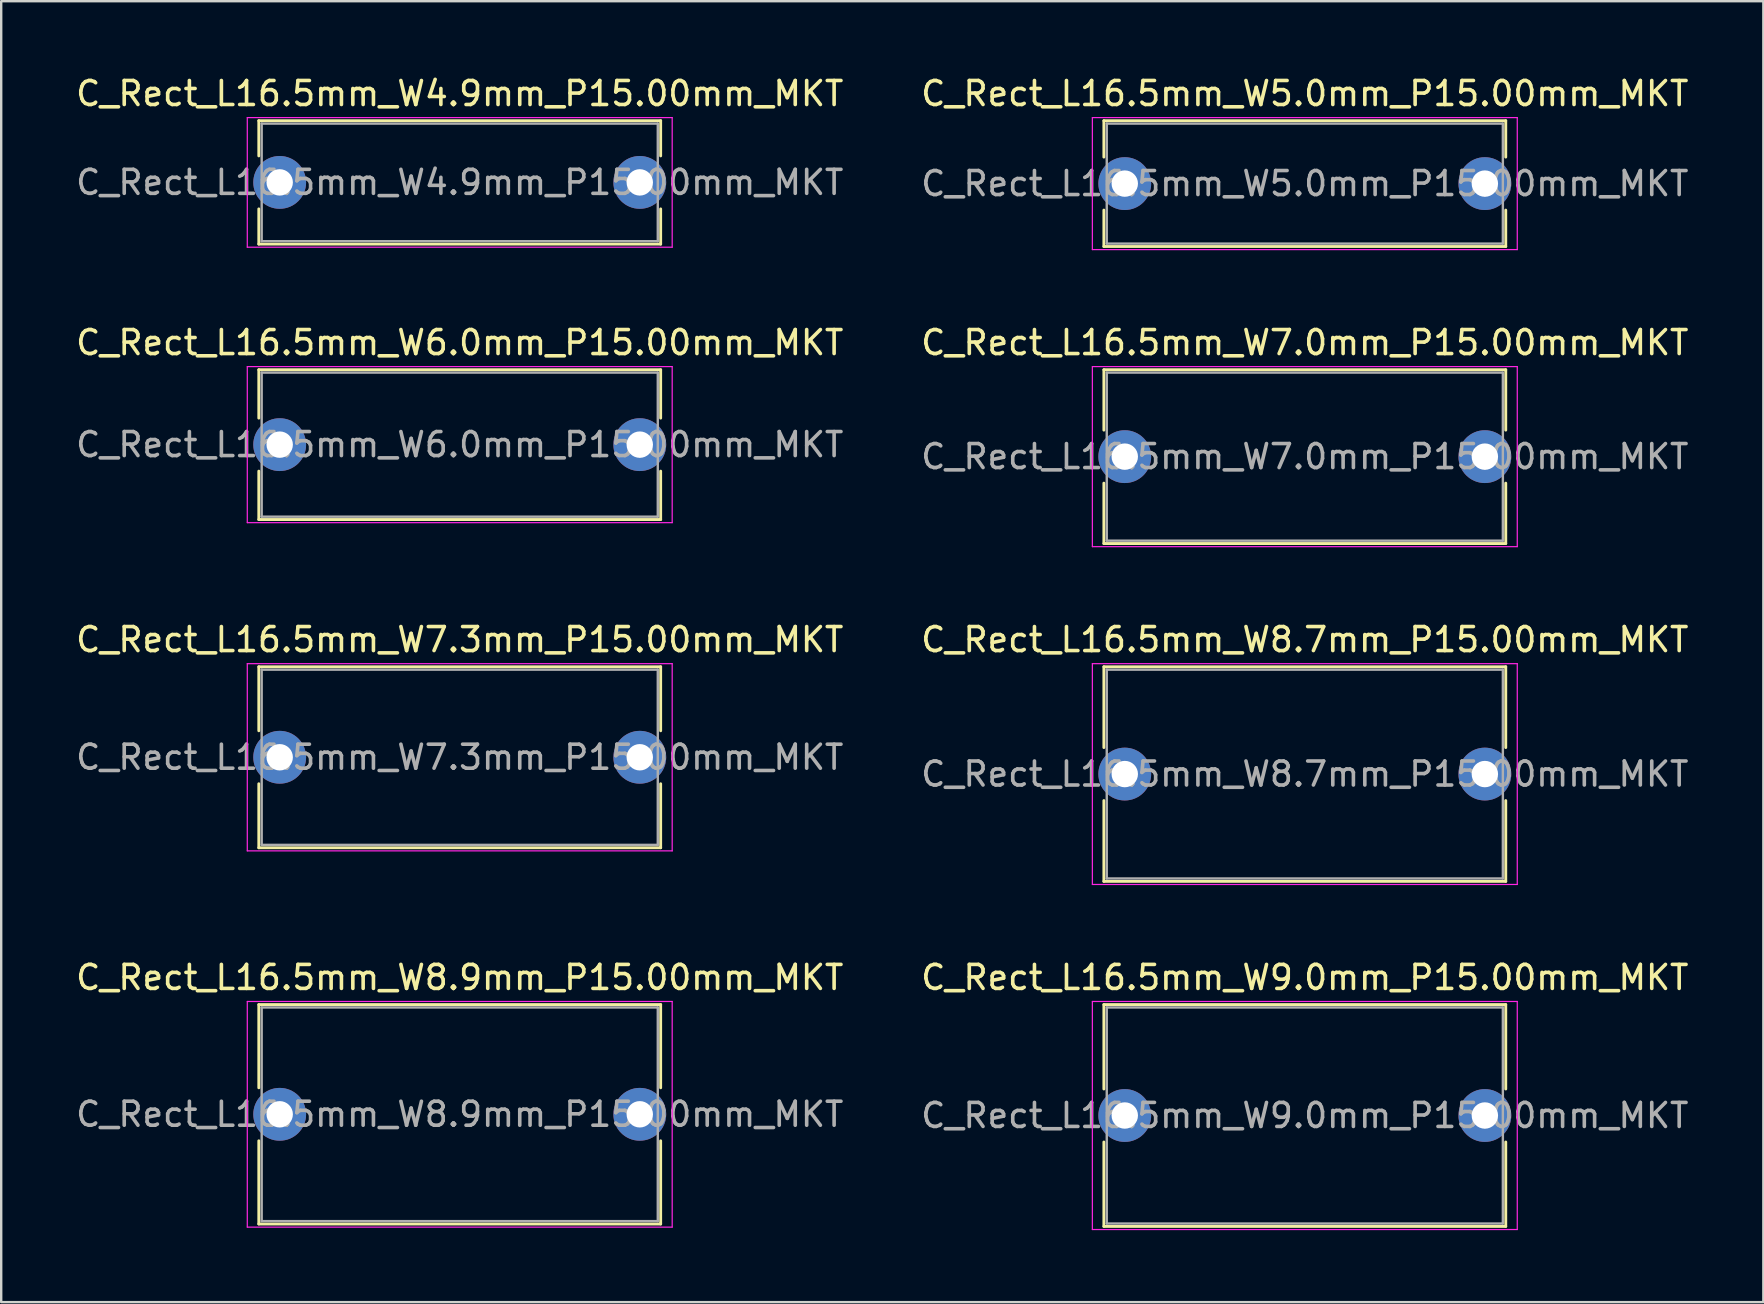
<source format=kicad_pcb>
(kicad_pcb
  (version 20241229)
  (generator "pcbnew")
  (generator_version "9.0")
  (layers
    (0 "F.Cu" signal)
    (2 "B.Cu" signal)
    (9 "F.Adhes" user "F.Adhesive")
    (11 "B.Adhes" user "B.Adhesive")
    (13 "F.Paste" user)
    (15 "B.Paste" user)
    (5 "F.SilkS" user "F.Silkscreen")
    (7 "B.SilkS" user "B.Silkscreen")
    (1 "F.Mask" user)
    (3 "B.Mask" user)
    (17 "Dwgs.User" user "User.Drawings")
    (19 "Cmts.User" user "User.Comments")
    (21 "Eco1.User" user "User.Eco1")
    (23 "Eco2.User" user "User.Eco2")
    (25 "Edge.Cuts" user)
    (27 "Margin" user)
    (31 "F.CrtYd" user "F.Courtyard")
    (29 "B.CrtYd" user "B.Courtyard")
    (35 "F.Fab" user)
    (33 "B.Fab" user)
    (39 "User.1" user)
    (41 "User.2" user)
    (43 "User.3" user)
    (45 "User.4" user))
  (footprint "C_Rect_L16.5mm_W7.0mm_P15.00mm_MKT"
    (layer "F.Cu")
    (at 43.804 15.972)
    (property "Reference" "C_Rect_L16.5mm_W7.0mm_P15.00mm_MKT" (at 7.5 -4.75 0) (layer "F.SilkS") (effects (font (size 1 1) (thickness 0.15))))
    (attr through_hole)
    (fp_line (start -0.87 -3.62) (end -0.87 -1.104) (stroke (width 0.12) (type solid)) (layer "F.SilkS"))
    (fp_line (start -0.87 -3.62) (end 15.87 -3.62) (stroke (width 0.12) (type solid)) (layer "F.SilkS"))
    (fp_line (start -0.87 1.104) (end -0.87 3.62) (stroke (width 0.12) (type solid)) (layer "F.SilkS"))
    (fp_line (start -0.87 3.62) (end 15.87 3.62) (stroke (width 0.12) (type solid)) (layer "F.SilkS"))
    (fp_line (start 15.87 -3.62) (end 15.87 -1.104) (stroke (width 0.12) (type solid)) (layer "F.SilkS"))
    (fp_line (start 15.87 1.104) (end 15.87 3.62) (stroke (width 0.12) (type solid)) (layer "F.SilkS"))
    (fp_line (start -1.35 -3.75) (end -1.35 3.75) (stroke (width 0.05) (type solid)) (layer "F.CrtYd"))
    (fp_line (start -1.35 3.75) (end 16.35 3.75) (stroke (width 0.05) (type solid)) (layer "F.CrtYd"))
    (fp_line (start 16.35 -3.75) (end -1.35 -3.75) (stroke (width 0.05) (type solid)) (layer "F.CrtYd"))
    (fp_line (start 16.35 3.75) (end 16.35 -3.75) (stroke (width 0.05) (type solid)) (layer "F.CrtYd"))
    (fp_line (start -0.75 -3.5) (end -0.75 3.5) (stroke (width 0.1) (type solid)) (layer "F.Fab"))
    (fp_line (start -0.75 3.5) (end 15.75 3.5) (stroke (width 0.1) (type solid)) (layer "F.Fab"))
    (fp_line (start 15.75 -3.5) (end -0.75 -3.5) (stroke (width 0.1) (type solid)) (layer "F.Fab"))
    (fp_line (start 15.75 3.5) (end 15.75 -3.5) (stroke (width 0.1) (type solid)) (layer "F.Fab"))
    (fp_text user "${REFERENCE}" (at 7.5 0 0) (layer "F.Fab") (effects (font (size 1 1) (thickness 0.15))))
    (pad "1" thru_hole circle (at 0 0) (size 2.2 2.2) (drill 1.1) (layers "*.Cu" "*.Mask"))
    (pad "2" thru_hole circle (at 15 0) (size 2.2 2.2) (drill 1.1) (layers "*.Cu" "*.Mask")))
  (footprint "C_Rect_L16.5mm_W6.0mm_P15.00mm_MKT"
    (layer "F.Cu")
    (at 8.601 15.472)
    (property "Reference" "C_Rect_L16.5mm_W6.0mm_P15.00mm_MKT" (at 7.5 -4.25 0) (layer "F.SilkS") (effects (font (size 1 1) (thickness 0.15))))
    (attr through_hole)
    (fp_line (start -0.87 -3.12) (end -0.87 -1.104) (stroke (width 0.12) (type solid)) (layer "F.SilkS"))
    (fp_line (start -0.87 -3.12) (end 15.87 -3.12) (stroke (width 0.12) (type solid)) (layer "F.SilkS"))
    (fp_line (start -0.87 1.104) (end -0.87 3.12) (stroke (width 0.12) (type solid)) (layer "F.SilkS"))
    (fp_line (start -0.87 3.12) (end 15.87 3.12) (stroke (width 0.12) (type solid)) (layer "F.SilkS"))
    (fp_line (start 15.87 -3.12) (end 15.87 -1.104) (stroke (width 0.12) (type solid)) (layer "F.SilkS"))
    (fp_line (start 15.87 1.104) (end 15.87 3.12) (stroke (width 0.12) (type solid)) (layer "F.SilkS"))
    (fp_line (start -1.35 -3.25) (end -1.35 3.25) (stroke (width 0.05) (type solid)) (layer "F.CrtYd"))
    (fp_line (start -1.35 3.25) (end 16.35 3.25) (stroke (width 0.05) (type solid)) (layer "F.CrtYd"))
    (fp_line (start 16.35 -3.25) (end -1.35 -3.25) (stroke (width 0.05) (type solid)) (layer "F.CrtYd"))
    (fp_line (start 16.35 3.25) (end 16.35 -3.25) (stroke (width 0.05) (type solid)) (layer "F.CrtYd"))
    (fp_line (start -0.75 -3) (end -0.75 3) (stroke (width 0.1) (type solid)) (layer "F.Fab"))
    (fp_line (start -0.75 3) (end 15.75 3) (stroke (width 0.1) (type solid)) (layer "F.Fab"))
    (fp_line (start 15.75 -3) (end -0.75 -3) (stroke (width 0.1) (type solid)) (layer "F.Fab"))
    (fp_line (start 15.75 3) (end 15.75 -3) (stroke (width 0.1) (type solid)) (layer "F.Fab"))
    (fp_text user "${REFERENCE}" (at 7.5 0 0) (layer "F.Fab") (effects (font (size 1 1) (thickness 0.15))))
    (pad "1" thru_hole circle (at 0 0) (size 2.2 2.2) (drill 1.1) (layers "*.Cu" "*.Mask"))
    (pad "2" thru_hole circle (at 15 0) (size 2.2 2.2) (drill 1.1) (layers "*.Cu" "*.Mask")))
  (footprint "C_Rect_L16.5mm_W8.7mm_P15.00mm_MKT"
    (layer "F.Cu")
    (at 43.804 29.195)
    (property "Reference" "C_Rect_L16.5mm_W8.7mm_P15.00mm_MKT" (at 7.5 -5.6 0) (layer "F.SilkS") (effects (font (size 1 1) (thickness 0.15))))
    (attr through_hole)
    (fp_line (start -0.87 -4.47) (end -0.87 -1.104) (stroke (width 0.12) (type solid)) (layer "F.SilkS"))
    (fp_line (start -0.87 -4.47) (end 15.87 -4.47) (stroke (width 0.12) (type solid)) (layer "F.SilkS"))
    (fp_line (start -0.87 1.104) (end -0.87 4.47) (stroke (width 0.12) (type solid)) (layer "F.SilkS"))
    (fp_line (start -0.87 4.47) (end 15.87 4.47) (stroke (width 0.12) (type solid)) (layer "F.SilkS"))
    (fp_line (start 15.87 -4.47) (end 15.87 -1.104) (stroke (width 0.12) (type solid)) (layer "F.SilkS"))
    (fp_line (start 15.87 1.104) (end 15.87 4.47) (stroke (width 0.12) (type solid)) (layer "F.SilkS"))
    (fp_line (start -1.35 -4.6) (end -1.35 4.6) (stroke (width 0.05) (type solid)) (layer "F.CrtYd"))
    (fp_line (start -1.35 4.6) (end 16.35 4.6) (stroke (width 0.05) (type solid)) (layer "F.CrtYd"))
    (fp_line (start 16.35 -4.6) (end -1.35 -4.6) (stroke (width 0.05) (type solid)) (layer "F.CrtYd"))
    (fp_line (start 16.35 4.6) (end 16.35 -4.6) (stroke (width 0.05) (type solid)) (layer "F.CrtYd"))
    (fp_line (start -0.75 -4.35) (end -0.75 4.35) (stroke (width 0.1) (type solid)) (layer "F.Fab"))
    (fp_line (start -0.75 4.35) (end 15.75 4.35) (stroke (width 0.1) (type solid)) (layer "F.Fab"))
    (fp_line (start 15.75 -4.35) (end -0.75 -4.35) (stroke (width 0.1) (type solid)) (layer "F.Fab"))
    (fp_line (start 15.75 4.35) (end 15.75 -4.35) (stroke (width 0.1) (type solid)) (layer "F.Fab"))
    (fp_text user "${REFERENCE}" (at 7.5 0 0) (layer "F.Fab") (effects (font (size 1 1) (thickness 0.15))))
    (pad "1" thru_hole circle (at 0 0) (size 2.2 2.2) (drill 1.1) (layers "*.Cu" "*.Mask"))
    (pad "2" thru_hole circle (at 15 0) (size 2.2 2.2) (drill 1.1) (layers "*.Cu" "*.Mask")))
  (footprint "C_Rect_L16.5mm_W5.0mm_P15.00mm_MKT"
    (layer "F.Cu")
    (at 43.804 4.598)
    (property "Reference" "C_Rect_L16.5mm_W5.0mm_P15.00mm_MKT" (at 7.5 -3.75 0) (layer "F.SilkS") (effects (font (size 1 1) (thickness 0.15))))
    (attr through_hole)
    (fp_line (start -0.87 -2.62) (end -0.87 -1.104) (stroke (width 0.12) (type solid)) (layer "F.SilkS"))
    (fp_line (start -0.87 -2.62) (end 15.87 -2.62) (stroke (width 0.12) (type solid)) (layer "F.SilkS"))
    (fp_line (start -0.87 1.104) (end -0.87 2.62) (stroke (width 0.12) (type solid)) (layer "F.SilkS"))
    (fp_line (start -0.87 2.62) (end 15.87 2.62) (stroke (width 0.12) (type solid)) (layer "F.SilkS"))
    (fp_line (start 15.87 -2.62) (end 15.87 -1.104) (stroke (width 0.12) (type solid)) (layer "F.SilkS"))
    (fp_line (start 15.87 1.104) (end 15.87 2.62) (stroke (width 0.12) (type solid)) (layer "F.SilkS"))
    (fp_line (start -1.35 -2.75) (end -1.35 2.75) (stroke (width 0.05) (type solid)) (layer "F.CrtYd"))
    (fp_line (start -1.35 2.75) (end 16.35 2.75) (stroke (width 0.05) (type solid)) (layer "F.CrtYd"))
    (fp_line (start 16.35 -2.75) (end -1.35 -2.75) (stroke (width 0.05) (type solid)) (layer "F.CrtYd"))
    (fp_line (start 16.35 2.75) (end 16.35 -2.75) (stroke (width 0.05) (type solid)) (layer "F.CrtYd"))
    (fp_line (start -0.75 -2.5) (end -0.75 2.5) (stroke (width 0.1) (type solid)) (layer "F.Fab"))
    (fp_line (start -0.75 2.5) (end 15.75 2.5) (stroke (width 0.1) (type solid)) (layer "F.Fab"))
    (fp_line (start 15.75 -2.5) (end -0.75 -2.5) (stroke (width 0.1) (type solid)) (layer "F.Fab"))
    (fp_line (start 15.75 2.5) (end 15.75 -2.5) (stroke (width 0.1) (type solid)) (layer "F.Fab"))
    (fp_text user "${REFERENCE}" (at 7.5 0 0) (layer "F.Fab") (effects (font (size 1 1) (thickness 0.15))))
    (pad "1" thru_hole circle (at 0 0) (size 2.2 2.2) (drill 1.1) (layers "*.Cu" "*.Mask"))
    (pad "2" thru_hole circle (at 15 0) (size 2.2 2.2) (drill 1.1) (layers "*.Cu" "*.Mask")))
  (footprint "C_Rect_L16.5mm_W8.9mm_P15.00mm_MKT"
    (layer "F.Cu")
    (at 8.601 43.368)
    (property "Reference" "C_Rect_L16.5mm_W8.9mm_P15.00mm_MKT" (at 7.5 -5.7 0) (layer "F.SilkS") (effects (font (size 1 1) (thickness 0.15))))
    (attr through_hole)
    (fp_line (start -0.87 -4.57) (end -0.87 -1.104) (stroke (width 0.12) (type solid)) (layer "F.SilkS"))
    (fp_line (start -0.87 -4.57) (end 15.87 -4.57) (stroke (width 0.12) (type solid)) (layer "F.SilkS"))
    (fp_line (start -0.87 1.104) (end -0.87 4.57) (stroke (width 0.12) (type solid)) (layer "F.SilkS"))
    (fp_line (start -0.87 4.57) (end 15.87 4.57) (stroke (width 0.12) (type solid)) (layer "F.SilkS"))
    (fp_line (start 15.87 -4.57) (end 15.87 -1.104) (stroke (width 0.12) (type solid)) (layer "F.SilkS"))
    (fp_line (start 15.87 1.104) (end 15.87 4.57) (stroke (width 0.12) (type solid)) (layer "F.SilkS"))
    (fp_line (start -1.35 -4.7) (end -1.35 4.7) (stroke (width 0.05) (type solid)) (layer "F.CrtYd"))
    (fp_line (start -1.35 4.7) (end 16.35 4.7) (stroke (width 0.05) (type solid)) (layer "F.CrtYd"))
    (fp_line (start 16.35 -4.7) (end -1.35 -4.7) (stroke (width 0.05) (type solid)) (layer "F.CrtYd"))
    (fp_line (start 16.35 4.7) (end 16.35 -4.7) (stroke (width 0.05) (type solid)) (layer "F.CrtYd"))
    (fp_line (start -0.75 -4.45) (end -0.75 4.45) (stroke (width 0.1) (type solid)) (layer "F.Fab"))
    (fp_line (start -0.75 4.45) (end 15.75 4.45) (stroke (width 0.1) (type solid)) (layer "F.Fab"))
    (fp_line (start 15.75 -4.45) (end -0.75 -4.45) (stroke (width 0.1) (type solid)) (layer "F.Fab"))
    (fp_line (start 15.75 4.45) (end 15.75 -4.45) (stroke (width 0.1) (type solid)) (layer "F.Fab"))
    (fp_text user "${REFERENCE}" (at 7.5 0 0) (layer "F.Fab") (effects (font (size 1 1) (thickness 0.15))))
    (pad "1" thru_hole circle (at 0 0) (size 2.2 2.2) (drill 1.1) (layers "*.Cu" "*.Mask"))
    (pad "2" thru_hole circle (at 15 0) (size 2.2 2.2) (drill 1.1) (layers "*.Cu" "*.Mask")))
  (footprint "C_Rect_L16.5mm_W9.0mm_P15.00mm_MKT"
    (layer "F.Cu")
    (at 43.804 43.418)
    (property "Reference" "C_Rect_L16.5mm_W9.0mm_P15.00mm_MKT" (at 7.5 -5.75 0) (layer "F.SilkS") (effects (font (size 1 1) (thickness 0.15))))
    (attr through_hole)
    (fp_line (start -0.87 -4.62) (end -0.87 -1.104) (stroke (width 0.12) (type solid)) (layer "F.SilkS"))
    (fp_line (start -0.87 -4.62) (end 15.87 -4.62) (stroke (width 0.12) (type solid)) (layer "F.SilkS"))
    (fp_line (start -0.87 1.104) (end -0.87 4.62) (stroke (width 0.12) (type solid)) (layer "F.SilkS"))
    (fp_line (start -0.87 4.62) (end 15.87 4.62) (stroke (width 0.12) (type solid)) (layer "F.SilkS"))
    (fp_line (start 15.87 -4.62) (end 15.87 -1.104) (stroke (width 0.12) (type solid)) (layer "F.SilkS"))
    (fp_line (start 15.87 1.104) (end 15.87 4.62) (stroke (width 0.12) (type solid)) (layer "F.SilkS"))
    (fp_line (start -1.35 -4.75) (end -1.35 4.75) (stroke (width 0.05) (type solid)) (layer "F.CrtYd"))
    (fp_line (start -1.35 4.75) (end 16.35 4.75) (stroke (width 0.05) (type solid)) (layer "F.CrtYd"))
    (fp_line (start 16.35 -4.75) (end -1.35 -4.75) (stroke (width 0.05) (type solid)) (layer "F.CrtYd"))
    (fp_line (start 16.35 4.75) (end 16.35 -4.75) (stroke (width 0.05) (type solid)) (layer "F.CrtYd"))
    (fp_line (start -0.75 -4.5) (end -0.75 4.5) (stroke (width 0.1) (type solid)) (layer "F.Fab"))
    (fp_line (start -0.75 4.5) (end 15.75 4.5) (stroke (width 0.1) (type solid)) (layer "F.Fab"))
    (fp_line (start 15.75 -4.5) (end -0.75 -4.5) (stroke (width 0.1) (type solid)) (layer "F.Fab"))
    (fp_line (start 15.75 4.5) (end 15.75 -4.5) (stroke (width 0.1) (type solid)) (layer "F.Fab"))
    (fp_text user "${REFERENCE}" (at 7.5 0 0) (layer "F.Fab") (effects (font (size 1 1) (thickness 0.15))))
    (pad "1" thru_hole circle (at 0 0) (size 2.2 2.2) (drill 1.1) (layers "*.Cu" "*.Mask"))
    (pad "2" thru_hole circle (at 15 0) (size 2.2 2.2) (drill 1.1) (layers "*.Cu" "*.Mask")))
  (footprint "C_Rect_L16.5mm_W7.3mm_P15.00mm_MKT"
    (layer "F.Cu")
    (at 8.601 28.495)
    (property "Reference" "C_Rect_L16.5mm_W7.3mm_P15.00mm_MKT" (at 7.5 -4.9 0) (layer "F.SilkS") (effects (font (size 1 1) (thickness 0.15))))
    (attr through_hole)
    (fp_line (start -0.87 -3.77) (end -0.87 -1.104) (stroke (width 0.12) (type solid)) (layer "F.SilkS"))
    (fp_line (start -0.87 -3.77) (end 15.87 -3.77) (stroke (width 0.12) (type solid)) (layer "F.SilkS"))
    (fp_line (start -0.87 1.104) (end -0.87 3.77) (stroke (width 0.12) (type solid)) (layer "F.SilkS"))
    (fp_line (start -0.87 3.77) (end 15.87 3.77) (stroke (width 0.12) (type solid)) (layer "F.SilkS"))
    (fp_line (start 15.87 -3.77) (end 15.87 -1.104) (stroke (width 0.12) (type solid)) (layer "F.SilkS"))
    (fp_line (start 15.87 1.104) (end 15.87 3.77) (stroke (width 0.12) (type solid)) (layer "F.SilkS"))
    (fp_line (start -1.35 -3.9) (end -1.35 3.9) (stroke (width 0.05) (type solid)) (layer "F.CrtYd"))
    (fp_line (start -1.35 3.9) (end 16.35 3.9) (stroke (width 0.05) (type solid)) (layer "F.CrtYd"))
    (fp_line (start 16.35 -3.9) (end -1.35 -3.9) (stroke (width 0.05) (type solid)) (layer "F.CrtYd"))
    (fp_line (start 16.35 3.9) (end 16.35 -3.9) (stroke (width 0.05) (type solid)) (layer "F.CrtYd"))
    (fp_line (start -0.75 -3.65) (end -0.75 3.65) (stroke (width 0.1) (type solid)) (layer "F.Fab"))
    (fp_line (start -0.75 3.65) (end 15.75 3.65) (stroke (width 0.1) (type solid)) (layer "F.Fab"))
    (fp_line (start 15.75 -3.65) (end -0.75 -3.65) (stroke (width 0.1) (type solid)) (layer "F.Fab"))
    (fp_line (start 15.75 3.65) (end 15.75 -3.65) (stroke (width 0.1) (type solid)) (layer "F.Fab"))
    (fp_text user "${REFERENCE}" (at 7.5 0 0) (layer "F.Fab") (effects (font (size 1 1) (thickness 0.15))))
    (pad "1" thru_hole circle (at 0 0) (size 2.2 2.2) (drill 1.1) (layers "*.Cu" "*.Mask"))
    (pad "2" thru_hole circle (at 15 0) (size 2.2 2.2) (drill 1.1) (layers "*.Cu" "*.Mask")))
  (footprint "C_Rect_L16.5mm_W4.9mm_P15.00mm_MKT"
    (layer "F.Cu")
    (at 8.601 4.548)
    (property "Reference" "C_Rect_L16.5mm_W4.9mm_P15.00mm_MKT" (at 7.5 -3.7 0) (layer "F.SilkS") (effects (font (size 1 1) (thickness 0.15))))
    (attr through_hole)
    (fp_line (start -0.87 -2.571) (end -0.87 -1.104) (stroke (width 0.12) (type solid)) (layer "F.SilkS"))
    (fp_line (start -0.87 -2.571) (end 15.87 -2.571) (stroke (width 0.12) (type solid)) (layer "F.SilkS"))
    (fp_line (start -0.87 1.104) (end -0.87 2.571) (stroke (width 0.12) (type solid)) (layer "F.SilkS"))
    (fp_line (start -0.87 2.571) (end 15.87 2.571) (stroke (width 0.12) (type solid)) (layer "F.SilkS"))
    (fp_line (start 15.87 -2.571) (end 15.87 -1.104) (stroke (width 0.12) (type solid)) (layer "F.SilkS"))
    (fp_line (start 15.87 1.104) (end 15.87 2.571) (stroke (width 0.12) (type solid)) (layer "F.SilkS"))
    (fp_line (start -1.35 -2.7) (end -1.35 2.7) (stroke (width 0.05) (type solid)) (layer "F.CrtYd"))
    (fp_line (start -1.35 2.7) (end 16.35 2.7) (stroke (width 0.05) (type solid)) (layer "F.CrtYd"))
    (fp_line (start 16.35 -2.7) (end -1.35 -2.7) (stroke (width 0.05) (type solid)) (layer "F.CrtYd"))
    (fp_line (start 16.35 2.7) (end 16.35 -2.7) (stroke (width 0.05) (type solid)) (layer "F.CrtYd"))
    (fp_line (start -0.75 -2.45) (end -0.75 2.45) (stroke (width 0.1) (type solid)) (layer "F.Fab"))
    (fp_line (start -0.75 2.45) (end 15.75 2.45) (stroke (width 0.1) (type solid)) (layer "F.Fab"))
    (fp_line (start 15.75 -2.45) (end -0.75 -2.45) (stroke (width 0.1) (type solid)) (layer "F.Fab"))
    (fp_line (start 15.75 2.45) (end 15.75 -2.45) (stroke (width 0.1) (type solid)) (layer "F.Fab"))
    (fp_text user "${REFERENCE}" (at 7.5 0 0) (layer "F.Fab") (effects (font (size 1 1) (thickness 0.15))))
    (pad "1" thru_hole circle (at 0 0) (size 2.2 2.2) (drill 1.1) (layers "*.Cu" "*.Mask"))
    (pad "2" thru_hole circle (at 15 0) (size 2.2 2.2) (drill 1.1) (layers "*.Cu" "*.Mask")))
  (gr_rect
    (start -3 -3)
    (end 70.405 51.193)
    (stroke (width 0.1) (type default))
    (fill no)
    (layer "Edge.Cuts")))
</source>
